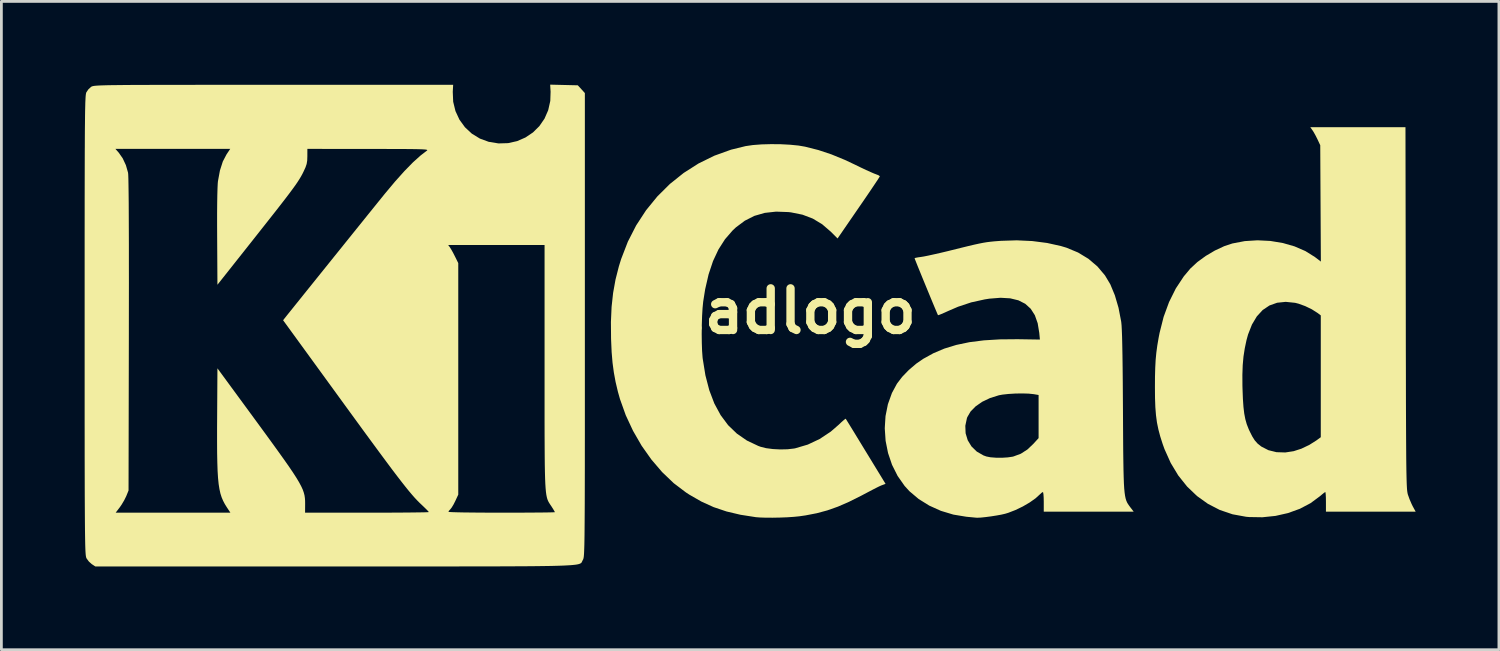
<source format=kicad_pcb>
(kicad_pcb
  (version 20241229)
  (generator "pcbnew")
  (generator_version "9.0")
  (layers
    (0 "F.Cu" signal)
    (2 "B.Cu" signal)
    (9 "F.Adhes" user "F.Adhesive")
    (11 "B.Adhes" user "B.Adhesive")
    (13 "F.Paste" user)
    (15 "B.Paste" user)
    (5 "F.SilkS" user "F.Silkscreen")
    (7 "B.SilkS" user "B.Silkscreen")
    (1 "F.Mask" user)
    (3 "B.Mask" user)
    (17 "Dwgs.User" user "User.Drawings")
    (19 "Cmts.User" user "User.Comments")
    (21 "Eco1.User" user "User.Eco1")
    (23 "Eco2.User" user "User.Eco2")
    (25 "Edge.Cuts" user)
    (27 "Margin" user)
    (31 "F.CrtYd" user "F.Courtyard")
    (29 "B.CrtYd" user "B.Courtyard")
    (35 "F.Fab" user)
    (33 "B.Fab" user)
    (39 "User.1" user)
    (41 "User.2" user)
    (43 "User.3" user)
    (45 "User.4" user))
  (footprint "kicadlogo"
    (layer "F.Cu")
    (at 24.543 8.162)
    (property "Reference" "kicadlogo" (at 0 0 0) (layer "F.SilkS") (effects (font (size 1.5 1.5) (thickness 0.3))))
    (attr board_only exclude_from_pos_files exclude_from_bom)
    (fp_poly (pts (xy 23.063 -0.121) (xy 23.064 0.698) (xy 23.065 1.445) (xy 23.067 2.125) (xy 23.068 2.741) (xy 23.069 3.295) (xy 23.071 3.792) (xy 23.073 4.234) (xy 23.075 4.625) (xy 23.077 4.969) (xy 23.079 5.268) (xy 23.082 5.526) (xy 23.085 5.747) (xy 23.089 5.934) (xy 23.093 6.089) (xy 23.097 6.217) (xy 23.102 6.321) (xy 23.107 6.404) (xy 23.113 6.47) (xy 23.12 6.521) (xy 23.127 6.562) (xy 23.135 6.596) (xy 23.139 6.61) (xy 23.197 6.773) (xy 23.271 6.945) (xy 23.312 7.029) (xy 23.419 7.225) (xy 21.802 7.225) (xy 20.186 7.225) (xy 20.186 6.871) (xy 20.184 6.719) (xy 20.178 6.6) (xy 20.169 6.53) (xy 20.164 6.518) (xy 20.126 6.54) (xy 20.051 6.6) (xy 19.968 6.67) (xy 19.633 6.918) (xy 19.248 7.121) (xy 18.823 7.275) (xy 18.369 7.378) (xy 17.896 7.427) (xy 17.416 7.419) (xy 17.307 7.409) (xy 16.82 7.32) (xy 16.361 7.164) (xy 15.933 6.943) (xy 15.539 6.661) (xy 15.182 6.319) (xy 14.865 5.922) (xy 14.593 5.471) (xy 14.368 4.97) (xy 14.302 4.786) (xy 14.215 4.514) (xy 14.148 4.261) (xy 14.097 4.012) (xy 14.062 3.75) (xy 14.039 3.461) (xy 14.027 3.128) (xy 14.024 2.737) (xy 14.026 2.359) (xy 14.028 2.295) (xy 17.175 2.295) (xy 17.177 2.692) (xy 17.181 2.822) (xy 17.194 3.168) (xy 17.214 3.452) (xy 17.242 3.689) (xy 17.281 3.892) (xy 17.332 4.072) (xy 17.4 4.246) (xy 17.43 4.313) (xy 17.53 4.512) (xy 17.622 4.658) (xy 17.721 4.77) (xy 17.842 4.867) (xy 17.858 4.879) (xy 18.113 5.01) (xy 18.404 5.082) (xy 18.721 5.092) (xy 19.022 5.046) (xy 19.301 4.956) (xy 19.588 4.819) (xy 19.841 4.659) (xy 20 4.543) (xy 20 2.348) (xy 20 0.153) (xy 19.879 0.062) (xy 19.676 -0.067) (xy 19.438 -0.182) (xy 19.198 -0.269) (xy 19.076 -0.3) (xy 18.736 -0.335) (xy 18.427 -0.303) (xy 18.15 -0.204) (xy 17.906 -0.04) (xy 17.695 0.19) (xy 17.52 0.483) (xy 17.38 0.84) (xy 17.324 1.043) (xy 17.261 1.34) (xy 17.215 1.636) (xy 17.187 1.948) (xy 17.175 2.295) (xy 14.028 2.295) (xy 14.035 2.037) (xy 14.05 1.754) (xy 14.075 1.492) (xy 14.11 1.233) (xy 14.157 0.96) (xy 14.192 0.781) (xy 14.337 0.207) (xy 14.533 -0.328) (xy 14.776 -0.817) (xy 15.065 -1.254) (xy 15.302 -1.537) (xy 15.553 -1.769) (xy 15.854 -1.989) (xy 16.184 -2.184) (xy 16.52 -2.341) (xy 16.815 -2.439) (xy 17.261 -2.524) (xy 17.72 -2.553) (xy 18.18 -2.53) (xy 18.63 -2.456) (xy 19.055 -2.334) (xy 19.445 -2.165) (xy 19.786 -1.952) (xy 19.806 -1.937) (xy 20.003 -1.786) (xy 19.992 -3.882) (xy 19.981 -5.978) (xy 19.88 -6.194) (xy 19.812 -6.329) (xy 19.743 -6.453) (xy 19.7 -6.519) (xy 19.622 -6.629) (xy 21.337 -6.629) (xy 23.052 -6.629)) (stroke (width 0) (type solid)) (fill yes) (layer "F.SilkS"))
    (fp_poly (pts (xy 0.538 -6.015) (xy 0.877 -5.997) (xy 1.182 -5.967) (xy 1.415 -5.927) (xy 1.898 -5.805) (xy 2.369 -5.648) (xy 2.851 -5.45) (xy 3.216 -5.278) (xy 3.421 -5.178) (xy 3.614 -5.087) (xy 3.78 -5.012) (xy 3.905 -4.958) (xy 3.966 -4.935) (xy 4.057 -4.9) (xy 4.107 -4.866) (xy 4.11 -4.856) (xy 4.088 -4.819) (xy 4.029 -4.727) (xy 3.937 -4.589) (xy 3.817 -4.41) (xy 3.674 -4.199) (xy 3.512 -3.962) (xy 3.346 -3.721) (xy 2.588 -2.619) (xy 2.343 -2.864) (xy 2.032 -3.132) (xy 1.695 -3.335) (xy 1.324 -3.476) (xy 0.912 -3.559) (xy 0.819 -3.57) (xy 0.372 -3.586) (xy -0.036 -3.541) (xy -0.41 -3.433) (xy -0.754 -3.259) (xy -1.075 -3.019) (xy -1.195 -2.906) (xy -1.469 -2.59) (xy -1.703 -2.224) (xy -1.9 -1.804) (xy -2.059 -1.327) (xy -2.183 -0.789) (xy -2.254 -0.343) (xy -2.277 -0.108) (xy -2.294 0.178) (xy -2.304 0.495) (xy -2.308 0.824) (xy -2.304 1.143) (xy -2.294 1.432) (xy -2.276 1.672) (xy -2.271 1.714) (xy -2.174 2.313) (xy -2.034 2.851) (xy -1.852 3.329) (xy -1.625 3.748) (xy -1.355 4.11) (xy -1.039 4.414) (xy -0.678 4.663) (xy -0.271 4.856) (xy -0.187 4.887) (xy 0.011 4.937) (xy 0.255 4.969) (xy 0.522 4.983) (xy 0.786 4.977) (xy 1.021 4.95) (xy 1.066 4.941) (xy 1.516 4.808) (xy 1.944 4.606) (xy 2.344 4.34) (xy 2.615 4.105) (xy 2.726 4.001) (xy 2.814 3.923) (xy 2.869 3.881) (xy 2.881 3.876) (xy 2.903 3.911) (xy 2.959 4.001) (xy 3.045 4.141) (xy 3.157 4.323) (xy 3.29 4.541) (xy 3.439 4.785) (xy 3.601 5.051) (xy 3.605 5.057) (xy 4.317 6.223) (xy 4.216 6.261) (xy 4.17 6.278) (xy 4.124 6.298) (xy 4.068 6.324) (xy 3.99 6.363) (xy 3.882 6.418) (xy 3.733 6.496) (xy 3.532 6.602) (xy 3.426 6.658) (xy 2.995 6.873) (xy 2.599 7.045) (xy 2.22 7.179) (xy 1.838 7.282) (xy 1.434 7.36) (xy 1.204 7.393) (xy 1.01 7.412) (xy 0.772 7.428) (xy 0.511 7.438) (xy 0.246 7.443) (xy -0.003 7.442) (xy -0.214 7.435) (xy -0.354 7.424) (xy -0.911 7.337) (xy -1.414 7.218) (xy -1.878 7.062) (xy -2.318 6.862) (xy -2.75 6.614) (xy -2.876 6.532) (xy -3.317 6.198) (xy -3.733 5.8) (xy -4.12 5.348) (xy -4.472 4.85) (xy -4.781 4.315) (xy -5.044 3.752) (xy -5.252 3.17) (xy -5.327 2.905) (xy -5.411 2.55) (xy -5.474 2.207) (xy -5.521 1.856) (xy -5.553 1.475) (xy -5.572 1.044) (xy -5.574 0.984) (xy -5.579 0.388) (xy -5.555 -0.153) (xy -5.5 -0.657) (xy -5.413 -1.14) (xy -5.292 -1.616) (xy -5.21 -1.879) (xy -4.969 -2.503) (xy -4.669 -3.09) (xy -4.313 -3.635) (xy -3.906 -4.134) (xy -3.453 -4.584) (xy -2.956 -4.981) (xy -2.421 -5.322) (xy -1.851 -5.602) (xy -1.251 -5.818) (xy -0.726 -5.947) (xy -0.466 -5.985) (xy -0.154 -6.009) (xy 0.188 -6.018)) (stroke (width 0) (type solid)) (fill yes) (layer "F.SilkS"))
    (fp_poly (pts (xy 9.603 -2.526) (xy 10.138 -2.457) (xy 10.634 -2.347) (xy 10.838 -2.286) (xy 11.254 -2.113) (xy 11.628 -1.886) (xy 11.953 -1.609) (xy 12.224 -1.288) (xy 12.416 -0.967) (xy 12.58 -0.571) (xy 12.712 -0.121) (xy 12.807 0.372) (xy 12.812 0.41) (xy 12.822 0.516) (xy 12.831 0.686) (xy 12.84 0.922) (xy 12.847 1.225) (xy 12.854 1.596) (xy 12.86 2.037) (xy 12.865 2.549) (xy 12.869 3.132) (xy 12.872 3.575) (xy 12.875 4.134) (xy 12.878 4.623) (xy 12.881 5.047) (xy 12.886 5.413) (xy 12.891 5.725) (xy 12.898 5.988) (xy 12.906 6.207) (xy 12.917 6.388) (xy 12.931 6.535) (xy 12.948 6.654) (xy 12.968 6.75) (xy 12.992 6.828) (xy 13.02 6.893) (xy 13.053 6.95) (xy 13.091 7.005) (xy 13.133 7.062) (xy 13.258 7.225) (xy 11.638 7.225) (xy 10.018 7.225) (xy 10.018 6.871) (xy 10.015 6.719) (xy 10.007 6.6) (xy 9.995 6.53) (xy 9.987 6.518) (xy 9.942 6.543) (xy 9.885 6.596) (xy 9.725 6.742) (xy 9.512 6.893) (xy 9.264 7.038) (xy 8.999 7.166) (xy 8.738 7.267) (xy 8.629 7.3) (xy 8.491 7.332) (xy 8.314 7.364) (xy 8.118 7.395) (xy 7.925 7.42) (xy 7.756 7.438) (xy 7.63 7.444) (xy 7.598 7.443) (xy 7.536 7.438) (xy 7.422 7.427) (xy 7.276 7.413) (xy 7.225 7.408) (xy 6.76 7.331) (xy 6.312 7.196) (xy 5.892 7.007) (xy 5.511 6.77) (xy 5.179 6.49) (xy 5.005 6.299) (xy 4.751 5.937) (xy 4.551 5.538) (xy 4.407 5.113) (xy 4.319 4.672) (xy 4.289 4.225) (xy 4.294 4.131) (xy 7.191 4.131) (xy 7.202 4.401) (xy 7.278 4.652) (xy 7.413 4.874) (xy 7.604 5.06) (xy 7.844 5.198) (xy 7.951 5.237) (xy 8.099 5.266) (xy 8.294 5.281) (xy 8.509 5.283) (xy 8.719 5.27) (xy 8.896 5.244) (xy 8.93 5.235) (xy 9.193 5.137) (xy 9.429 4.985) (xy 9.641 4.784) (xy 9.832 4.575) (xy 9.832 3.798) (xy 9.832 3.021) (xy 9.655 2.991) (xy 9.473 2.972) (xy 9.243 2.965) (xy 8.992 2.969) (xy 8.745 2.984) (xy 8.528 3.008) (xy 8.402 3.031) (xy 8.083 3.131) (xy 7.8 3.266) (xy 7.564 3.43) (xy 7.381 3.616) (xy 7.263 3.819) (xy 7.25 3.853) (xy 7.191 4.131) (xy 4.294 4.131) (xy 4.316 3.782) (xy 4.402 3.353) (xy 4.547 2.949) (xy 4.728 2.614) (xy 4.916 2.368) (xy 5.155 2.12) (xy 5.426 1.89) (xy 5.67 1.721) (xy 6.04 1.517) (xy 6.437 1.349) (xy 6.868 1.217) (xy 7.341 1.118) (xy 7.861 1.052) (xy 8.436 1.017) (xy 9.073 1.011) (xy 9.138 1.012) (xy 9.879 1.024) (xy 9.856 0.781) (xy 9.799 0.436) (xy 9.697 0.147) (xy 9.548 -0.086) (xy 9.351 -0.265) (xy 9.105 -0.39) (xy 8.808 -0.462) (xy 8.46 -0.482) (xy 8.058 -0.45) (xy 7.893 -0.424) (xy 7.403 -0.316) (xy 6.93 -0.159) (xy 6.582 -0.009) (xy 6.434 0.058) (xy 6.312 0.11) (xy 6.232 0.141) (xy 6.207 0.145) (xy 6.189 0.107) (xy 6.148 0.01) (xy 6.087 -0.134) (xy 6.011 -0.316) (xy 5.925 -0.524) (xy 5.832 -0.749) (xy 5.737 -0.98) (xy 5.644 -1.206) (xy 5.558 -1.418) (xy 5.482 -1.604) (xy 5.422 -1.754) (xy 5.381 -1.857) (xy 5.363 -1.904) (xy 5.363 -1.906) (xy 5.397 -1.921) (xy 5.485 -1.938) (xy 5.592 -1.953) (xy 5.693 -1.969) (xy 5.853 -2.001) (xy 6.058 -2.046) (xy 6.296 -2.1) (xy 6.553 -2.161) (xy 6.718 -2.202) (xy 7.04 -2.282) (xy 7.301 -2.346) (xy 7.513 -2.396) (xy 7.687 -2.434) (xy 7.834 -2.463) (xy 7.966 -2.485) (xy 8.094 -2.501) (xy 8.23 -2.515) (xy 8.386 -2.527) (xy 8.482 -2.534) (xy 9.045 -2.552)) (stroke (width 0) (type solid)) (fill yes) (layer "F.SilkS"))
    (fp_poly (pts (xy -7.27 -8.15) (xy -6.772 -8.138) (xy -6.645 -7.999) (xy -6.518 -7.859) (xy -6.518 0.493) (xy -6.518 1.422) (xy -6.518 2.28) (xy -6.518 3.069) (xy -6.518 3.792) (xy -6.518 4.453) (xy -6.519 5.054) (xy -6.519 5.597) (xy -6.52 6.087) (xy -6.521 6.525) (xy -6.522 6.915) (xy -6.524 7.26) (xy -6.526 7.562) (xy -6.528 7.825) (xy -6.53 8.051) (xy -6.533 8.244) (xy -6.536 8.405) (xy -6.54 8.539) (xy -6.544 8.648) (xy -6.548 8.735) (xy -6.553 8.803) (xy -6.558 8.854) (xy -6.565 8.893) (xy -6.571 8.921) (xy -6.578 8.941) (xy -6.586 8.957) (xy -6.593 8.969) (xy -6.606 8.994) (xy -6.616 9.017) (xy -6.626 9.038) (xy -6.637 9.058) (xy -6.654 9.076) (xy -6.679 9.092) (xy -6.715 9.107) (xy -6.764 9.121) (xy -6.829 9.133) (xy -6.914 9.143) (xy -7.021 9.153) (xy -7.153 9.161) (xy -7.312 9.169) (xy -7.502 9.175) (xy -7.725 9.181) (xy -7.984 9.185) (xy -8.282 9.189) (xy -8.622 9.192) (xy -9.007 9.194) (xy -9.438 9.196) (xy -9.92 9.198) (xy -10.456 9.198) (xy -11.046 9.199) (xy -11.696 9.199) (xy -12.407 9.199) (xy -13.182 9.199) (xy -14.024 9.199) (xy -14.937 9.199) (xy -15.542 9.199) (xy -24.16 9.199) (xy -24.287 9.115) (xy -24.389 9.024) (xy -24.471 8.914) (xy -24.478 8.9) (xy -24.485 8.883) (xy -24.492 8.859) (xy -24.498 8.826) (xy -24.504 8.78) (xy -24.509 8.719) (xy -24.514 8.639) (xy -24.518 8.539) (xy -24.522 8.415) (xy -24.525 8.263) (xy -24.528 8.082) (xy -24.531 7.867) (xy -24.533 7.617) (xy -24.535 7.329) (xy -24.537 6.999) (xy -24.539 6.624) (xy -24.54 6.202) (xy -24.541 5.73) (xy -24.542 5.204) (xy -24.542 4.622) (xy -24.543 3.981) (xy -24.543 3.278) (xy -24.543 2.51) (xy -24.543 1.674) (xy -24.543 0.768) (xy -24.543 0.508) (xy -24.543 -0.42) (xy -24.543 -1.276) (xy -24.543 -2.064) (xy -24.543 -2.785) (xy -24.542 -3.444) (xy -24.542 -4.044) (xy -24.541 -4.586) (xy -24.54 -5.073) (xy -24.539 -5.51) (xy -24.538 -5.847) (xy -23.434 -5.847) (xy -23.313 -5.709) (xy -23.171 -5.506) (xy -23.056 -5.259) (xy -22.981 -4.997) (xy -22.978 -4.983) (xy -22.972 -4.913) (xy -22.967 -4.769) (xy -22.963 -4.552) (xy -22.959 -4.263) (xy -22.955 -3.901) (xy -22.953 -3.468) (xy -22.951 -2.964) (xy -22.949 -2.39) (xy -22.949 -1.747) (xy -22.948 -1.034) (xy -22.949 -0.253) (xy -22.95 0.595) (xy -22.95 0.842) (xy -22.961 6.462) (xy -23.044 6.667) (xy -23.116 6.813) (xy -23.211 6.973) (xy -23.276 7.067) (xy -23.425 7.262) (xy -21.358 7.262) (xy -19.291 7.262) (xy -19.42 7.067) (xy -19.492 6.951) (xy -19.553 6.834) (xy -19.606 6.71) (xy -19.65 6.572) (xy -19.685 6.414) (xy -19.714 6.231) (xy -19.736 6.014) (xy -19.752 5.759) (xy -19.762 5.458) (xy -19.769 5.106) (xy -19.771 4.696) (xy -19.771 4.221) (xy -19.769 3.889) (xy -19.758 2.06) (xy -18.435 3.863) (xy -18.107 4.311) (xy -17.82 4.705) (xy -17.572 5.048) (xy -17.36 5.345) (xy -17.18 5.601) (xy -17.032 5.82) (xy -16.91 6.009) (xy -16.814 6.17) (xy -16.74 6.309) (xy -16.684 6.43) (xy -16.646 6.539) (xy -16.62 6.639) (xy -16.606 6.737) (xy -16.599 6.835) (xy -16.598 6.94) (xy -16.598 6.955) (xy -16.6 7.262) (xy -14.371 7.262) (xy -13.971 7.262) (xy -13.594 7.261) (xy -13.247 7.259) (xy -12.935 7.257) (xy -12.666 7.254) (xy -12.446 7.251) (xy -12.28 7.248) (xy -12.177 7.244) (xy -12.141 7.24) (xy -12.167 7.206) (xy -12.236 7.135) (xy -12.336 7.038) (xy -12.401 6.976) (xy -12.481 6.9) (xy -12.564 6.816) (xy -12.653 6.721) (xy -12.75 6.61) (xy -12.859 6.481) (xy -12.982 6.329) (xy -13.122 6.151) (xy -13.282 5.944) (xy -13.465 5.703) (xy -13.672 5.425) (xy -13.908 5.107) (xy -14.175 4.744) (xy -14.476 4.334) (xy -14.813 3.872) (xy -15.19 3.355) (xy -15.378 3.096) (xy -17.392 0.327) (xy -17.253 0.152) (xy -17.13 -0.001) (xy -16.972 -0.198) (xy -16.783 -0.433) (xy -16.569 -0.7) (xy -16.334 -0.992) (xy -16.084 -1.303) (xy -15.823 -1.627) (xy -15.558 -1.957) (xy -15.291 -2.288) (xy -15.214 -2.384) (xy -11.443 -2.384) (xy -11.381 -2.3) (xy -11.334 -2.224) (xy -11.268 -2.107) (xy -11.2 -1.974) (xy -11.08 -1.732) (xy -11.08 2.439) (xy -11.08 6.611) (xy -11.187 6.842) (xy -11.252 6.97) (xy -11.317 7.077) (xy -11.363 7.136) (xy -11.417 7.195) (xy -11.434 7.231) (xy -11.398 7.237) (xy -11.294 7.243) (xy -11.13 7.248) (xy -10.912 7.253) (xy -10.647 7.256) (xy -10.343 7.259) (xy -10.006 7.261) (xy -9.643 7.262) (xy -9.516 7.262) (xy -9.146 7.262) (xy -8.799 7.261) (xy -8.483 7.259) (xy -8.204 7.257) (xy -7.97 7.255) (xy -7.786 7.252) (xy -7.662 7.248) (xy -7.602 7.245) (xy -7.598 7.243) (xy -7.617 7.205) (xy -7.666 7.123) (xy -7.726 7.029) (xy -7.762 6.976) (xy -7.794 6.927) (xy -7.823 6.879) (xy -7.848 6.828) (xy -7.871 6.769) (xy -7.89 6.698) (xy -7.907 6.612) (xy -7.921 6.506) (xy -7.933 6.375) (xy -7.943 6.216) (xy -7.951 6.025) (xy -7.957 5.798) (xy -7.962 5.53) (xy -7.965 5.217) (xy -7.967 4.856) (xy -7.969 4.441) (xy -7.97 3.97) (xy -7.97 3.437) (xy -7.97 2.84) (xy -7.97 2.172) (xy -7.97 2.003) (xy -7.97 -2.384) (xy -9.706 -2.384) (xy -11.443 -2.384) (xy -15.214 -2.384) (xy -15.03 -2.613) (xy -14.778 -2.926) (xy -14.54 -3.221) (xy -14.323 -3.491) (xy -14.13 -3.73) (xy -13.967 -3.932) (xy -13.839 -4.09) (xy -13.751 -4.199) (xy -13.731 -4.224) (xy -13.358 -4.67) (xy -13.018 -5.049) (xy -12.711 -5.363) (xy -12.435 -5.611) (xy -12.215 -5.78) (xy -12.199 -5.793) (xy -12.196 -5.805) (xy -12.211 -5.814) (xy -12.249 -5.822) (xy -12.317 -5.828) (xy -12.419 -5.833) (xy -12.56 -5.837) (xy -12.746 -5.84) (xy -12.982 -5.842) (xy -13.274 -5.843) (xy -13.626 -5.844) (xy -14.045 -5.845) (xy -14.32 -5.845) (xy -16.517 -5.847) (xy -16.518 -5.577) (xy -16.523 -5.426) (xy -16.543 -5.304) (xy -16.585 -5.18) (xy -16.655 -5.028) (xy -16.697 -4.943) (xy -16.743 -4.859) (xy -16.796 -4.77) (xy -16.859 -4.671) (xy -16.936 -4.557) (xy -17.032 -4.424) (xy -17.148 -4.267) (xy -17.289 -4.081) (xy -17.459 -3.861) (xy -17.661 -3.602) (xy -17.899 -3.3) (xy -18.176 -2.949) (xy -18.491 -2.55) (xy -19.758 -0.951) (xy -19.768 -2.663) (xy -19.77 -3.118) (xy -19.77 -3.527) (xy -19.767 -3.884) (xy -19.762 -4.186) (xy -19.755 -4.426) (xy -19.747 -4.6) (xy -19.739 -4.684) (xy -19.668 -5.068) (xy -19.564 -5.393) (xy -19.427 -5.654) (xy -19.424 -5.658) (xy -19.297 -5.847) (xy -21.365 -5.847) (xy -23.434 -5.847) (xy -24.538 -5.847) (xy -24.537 -5.899) (xy -24.536 -6.241) (xy -24.534 -6.542) (xy -24.531 -6.803) (xy -24.529 -7.027) (xy -24.526 -7.217) (xy -24.522 -7.376) (xy -24.519 -7.508) (xy -24.514 -7.614) (xy -24.51 -7.698) (xy -24.505 -7.763) (xy -24.499 -7.812) (xy -24.493 -7.847) (xy -24.487 -7.872) (xy -24.481 -7.885) (xy -24.408 -7.993) (xy -24.313 -8.08) (xy -24.304 -8.086) (xy -24.288 -8.095) (xy -24.267 -8.103) (xy -24.239 -8.11) (xy -24.199 -8.117) (xy -24.145 -8.123) (xy -24.072 -8.128) (xy -23.979 -8.133) (xy -23.862 -8.137) (xy -23.716 -8.141) (xy -23.54 -8.144) (xy -23.329 -8.146) (xy -23.08 -8.149) (xy -22.79 -8.151) (xy -22.456 -8.152) (xy -22.075 -8.153) (xy -21.642 -8.154) (xy -21.155 -8.155) (xy -20.61 -8.155) (xy -20.005 -8.156) (xy -19.335 -8.156) (xy -18.597 -8.156) (xy -17.789 -8.156) (xy -17.727 -8.156) (xy -11.264 -8.156) (xy -11.278 -7.902) (xy -11.263 -7.546) (xy -11.181 -7.21) (xy -11.038 -6.901) (xy -10.84 -6.628) (xy -10.592 -6.397) (xy -10.3 -6.218) (xy -9.984 -6.102) (xy -9.629 -6.044) (xy -9.285 -6.054) (xy -8.959 -6.127) (xy -8.658 -6.258) (xy -8.388 -6.44) (xy -8.157 -6.668) (xy -7.972 -6.937) (xy -7.839 -7.241) (xy -7.764 -7.575) (xy -7.753 -7.904) (xy -7.768 -8.162)) (stroke (width 0) (type solid)) (fill yes) (layer "F.SilkS")))
  (gr_rect
    (start -3 -3)
    (end 50.962 20.361)
    (stroke (width 0.1) (type default))
    (fill no)
    (layer "Edge.Cuts")))
</source>
